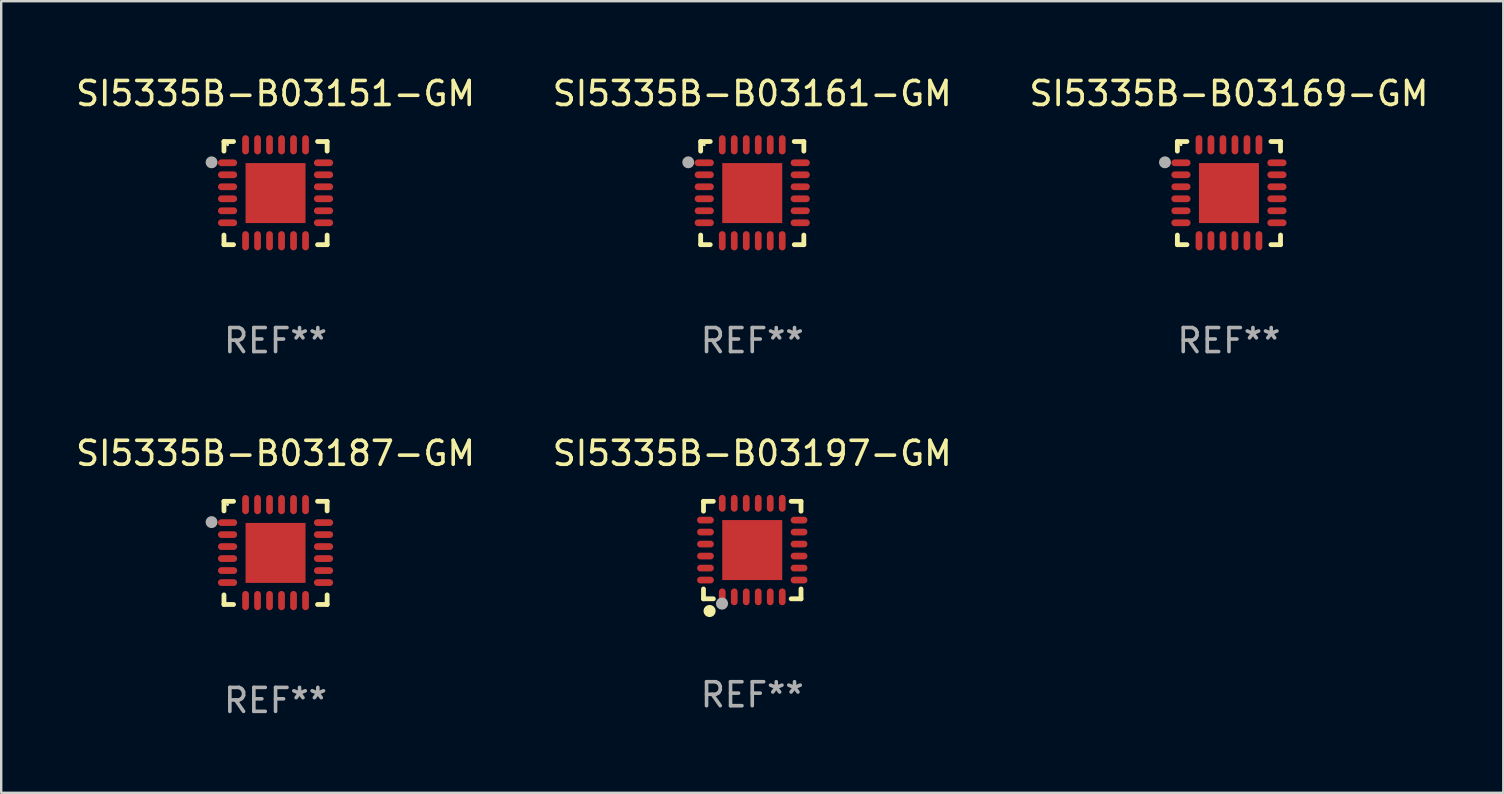
<source format=kicad_pcb>
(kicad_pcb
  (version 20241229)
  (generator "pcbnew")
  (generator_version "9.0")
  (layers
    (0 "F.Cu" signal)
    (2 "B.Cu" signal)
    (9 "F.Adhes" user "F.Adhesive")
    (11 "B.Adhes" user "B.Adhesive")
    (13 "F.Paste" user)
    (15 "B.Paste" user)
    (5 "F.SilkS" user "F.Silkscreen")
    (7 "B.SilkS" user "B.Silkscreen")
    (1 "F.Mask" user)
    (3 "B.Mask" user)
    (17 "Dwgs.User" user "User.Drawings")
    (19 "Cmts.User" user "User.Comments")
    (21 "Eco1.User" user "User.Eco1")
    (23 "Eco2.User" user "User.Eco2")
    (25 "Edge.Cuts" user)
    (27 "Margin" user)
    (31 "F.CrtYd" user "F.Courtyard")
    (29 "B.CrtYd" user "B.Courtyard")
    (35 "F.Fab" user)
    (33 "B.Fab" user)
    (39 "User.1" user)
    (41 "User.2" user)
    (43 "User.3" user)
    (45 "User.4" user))
  (footprint "SI5335B-B03187-GM"
    (layer "F.Cu")
    (at 8.435 19.995)
    (property "Reference" "SI5335B-B03187-GM" (at 0 -4.15 0) (layer "F.SilkS") (effects (font (size 1 1) (thickness 0.15))))
    (attr through_hole)
    (fp_line (start -2.15 -2.15) (end -1.75 -2.15) (stroke (width 0.2) (type solid)) (layer "F.SilkS"))
    (fp_line (start -2.15 -1.75) (end -2.15 -2.15) (stroke (width 0.2) (type solid)) (layer "F.SilkS"))
    (fp_line (start -2.15 2.15) (end -2.15 1.75) (stroke (width 0.2) (type solid)) (layer "F.SilkS"))
    (fp_line (start -1.75 2.15) (end -2.15 2.15) (stroke (width 0.2) (type solid)) (layer "F.SilkS"))
    (fp_line (start 1.75 -2.15) (end 2.15 -2.15) (stroke (width 0.2) (type solid)) (layer "F.SilkS"))
    (fp_line (start 1.75 2.15) (end 2.15 2.15) (stroke (width 0.2) (type solid)) (layer "F.SilkS"))
    (fp_line (start 2.15 -2.15) (end 2.15 -1.75) (stroke (width 0.2) (type solid)) (layer "F.SilkS"))
    (fp_line (start 2.15 2.15) (end 2.15 1.75) (stroke (width 0.2) (type solid)) (layer "F.SilkS"))
    (fp_circle (center -2 -2.013) (end -1.97 -2.013) (stroke (width 0.06) (type solid)) (fill no) (layer "F.SilkS"))
    (fp_circle (center -2.667 -1.283) (end -2.542 -1.283) (stroke (width 0.25) (type solid)) (fill no) (layer "F.Fab"))
    (fp_text user "REF**" (at 0 6.15 0) (layer "F.Fab") (effects (font (size 1 1) (thickness 0.15))))
    (pad "1" smd oval (at -2 -1.263) (size 0.8 0.28) (layers "F.Cu" "F.Mask" "F.Paste"))
    (pad "2" smd oval (at -2 -0.763) (size 0.8 0.28) (layers "F.Cu" "F.Mask" "F.Paste"))
    (pad "3" smd oval (at -2 -0.263) (size 0.8 0.28) (layers "F.Cu" "F.Mask" "F.Paste"))
    (pad "4" smd oval (at -2 0.237) (size 0.8 0.28) (layers "F.Cu" "F.Mask" "F.Paste"))
    (pad "5" smd oval (at -2 0.737) (size 0.8 0.28) (layers "F.Cu" "F.Mask" "F.Paste"))
    (pad "6" smd oval (at -2 1.237) (size 0.8 0.28) (layers "F.Cu" "F.Mask" "F.Paste"))
    (pad "7" smd oval (at -1.25 1.987) (size 0.28 0.8) (layers "F.Cu" "F.Mask" "F.Paste"))
    (pad "8" smd oval (at -0.75 1.987) (size 0.28 0.8) (layers "F.Cu" "F.Mask" "F.Paste"))
    (pad "9" smd oval (at -0.25 1.987) (size 0.28 0.8) (layers "F.Cu" "F.Mask" "F.Paste"))
    (pad "10" smd oval (at 0.25 1.987) (size 0.28 0.8) (layers "F.Cu" "F.Mask" "F.Paste"))
    (pad "11" smd oval (at 0.75 1.987) (size 0.28 0.8) (layers "F.Cu" "F.Mask" "F.Paste"))
    (pad "12" smd oval (at 1.25 1.987) (size 0.28 0.8) (layers "F.Cu" "F.Mask" "F.Paste"))
    (pad "13" smd oval (at 2 1.237) (size 0.8 0.28) (layers "F.Cu" "F.Mask" "F.Paste"))
    (pad "14" smd oval (at 2 0.737) (size 0.8 0.28) (layers "F.Cu" "F.Mask" "F.Paste"))
    (pad "15" smd oval (at 2 0.237) (size 0.8 0.28) (layers "F.Cu" "F.Mask" "F.Paste"))
    (pad "16" smd oval (at 2 -0.263) (size 0.8 0.28) (layers "F.Cu" "F.Mask" "F.Paste"))
    (pad "17" smd oval (at 2 -0.763) (size 0.8 0.28) (layers "F.Cu" "F.Mask" "F.Paste"))
    (pad "18" smd oval (at 2 -1.263) (size 0.8 0.28) (layers "F.Cu" "F.Mask" "F.Paste"))
    (pad "19" smd oval (at 1.25 -2.013) (size 0.28 0.8) (layers "F.Cu" "F.Mask" "F.Paste"))
    (pad "20" smd oval (at 0.75 -2.013) (size 0.28 0.8) (layers "F.Cu" "F.Mask" "F.Paste"))
    (pad "21" smd oval (at 0.25 -2.013) (size 0.28 0.8) (layers "F.Cu" "F.Mask" "F.Paste"))
    (pad "22" smd oval (at -0.25 -2.013) (size 0.28 0.8) (layers "F.Cu" "F.Mask" "F.Paste"))
    (pad "23" smd oval (at -0.75 -2.013) (size 0.28 0.8) (layers "F.Cu" "F.Mask" "F.Paste"))
    (pad "24" smd oval (at -1.25 -2.013) (size 0.28 0.8) (layers "F.Cu" "F.Mask" "F.Paste"))
    (pad "25" smd rect (at -0.000127 -0.00014) (size 2.5 2.5) (layers "F.Cu" "F.Mask" "F.Paste")))
  (footprint "SI5335B-B03151-GM"
    (layer "F.Cu")
    (at 8.435 4.998)
    (property "Reference" "SI5335B-B03151-GM" (at 0 -4.15 0) (layer "F.SilkS") (effects (font (size 1 1) (thickness 0.15))))
    (attr through_hole)
    (fp_line (start -2.15 -2.15) (end -1.75 -2.15) (stroke (width 0.2) (type solid)) (layer "F.SilkS"))
    (fp_line (start -2.15 -1.75) (end -2.15 -2.15) (stroke (width 0.2) (type solid)) (layer "F.SilkS"))
    (fp_line (start -2.15 2.15) (end -2.15 1.75) (stroke (width 0.2) (type solid)) (layer "F.SilkS"))
    (fp_line (start -1.75 2.15) (end -2.15 2.15) (stroke (width 0.2) (type solid)) (layer "F.SilkS"))
    (fp_line (start 1.75 -2.15) (end 2.15 -2.15) (stroke (width 0.2) (type solid)) (layer "F.SilkS"))
    (fp_line (start 1.75 2.15) (end 2.15 2.15) (stroke (width 0.2) (type solid)) (layer "F.SilkS"))
    (fp_line (start 2.15 -2.15) (end 2.15 -1.75) (stroke (width 0.2) (type solid)) (layer "F.SilkS"))
    (fp_line (start 2.15 2.15) (end 2.15 1.75) (stroke (width 0.2) (type solid)) (layer "F.SilkS"))
    (fp_circle (center -2 -2.013) (end -1.97 -2.013) (stroke (width 0.06) (type solid)) (fill no) (layer "F.SilkS"))
    (fp_circle (center -2.667 -1.283) (end -2.542 -1.283) (stroke (width 0.25) (type solid)) (fill no) (layer "F.Fab"))
    (fp_text user "REF**" (at 0 6.15 0) (layer "F.Fab") (effects (font (size 1 1) (thickness 0.15))))
    (pad "1" smd oval (at -2 -1.263) (size 0.8 0.28) (layers "F.Cu" "F.Mask" "F.Paste"))
    (pad "2" smd oval (at -2 -0.763) (size 0.8 0.28) (layers "F.Cu" "F.Mask" "F.Paste"))
    (pad "3" smd oval (at -2 -0.263) (size 0.8 0.28) (layers "F.Cu" "F.Mask" "F.Paste"))
    (pad "4" smd oval (at -2 0.237) (size 0.8 0.28) (layers "F.Cu" "F.Mask" "F.Paste"))
    (pad "5" smd oval (at -2 0.737) (size 0.8 0.28) (layers "F.Cu" "F.Mask" "F.Paste"))
    (pad "6" smd oval (at -2 1.237) (size 0.8 0.28) (layers "F.Cu" "F.Mask" "F.Paste"))
    (pad "7" smd oval (at -1.25 1.987) (size 0.28 0.8) (layers "F.Cu" "F.Mask" "F.Paste"))
    (pad "8" smd oval (at -0.75 1.987) (size 0.28 0.8) (layers "F.Cu" "F.Mask" "F.Paste"))
    (pad "9" smd oval (at -0.25 1.987) (size 0.28 0.8) (layers "F.Cu" "F.Mask" "F.Paste"))
    (pad "10" smd oval (at 0.25 1.987) (size 0.28 0.8) (layers "F.Cu" "F.Mask" "F.Paste"))
    (pad "11" smd oval (at 0.75 1.987) (size 0.28 0.8) (layers "F.Cu" "F.Mask" "F.Paste"))
    (pad "12" smd oval (at 1.25 1.987) (size 0.28 0.8) (layers "F.Cu" "F.Mask" "F.Paste"))
    (pad "13" smd oval (at 2 1.237) (size 0.8 0.28) (layers "F.Cu" "F.Mask" "F.Paste"))
    (pad "14" smd oval (at 2 0.737) (size 0.8 0.28) (layers "F.Cu" "F.Mask" "F.Paste"))
    (pad "15" smd oval (at 2 0.237) (size 0.8 0.28) (layers "F.Cu" "F.Mask" "F.Paste"))
    (pad "16" smd oval (at 2 -0.263) (size 0.8 0.28) (layers "F.Cu" "F.Mask" "F.Paste"))
    (pad "17" smd oval (at 2 -0.763) (size 0.8 0.28) (layers "F.Cu" "F.Mask" "F.Paste"))
    (pad "18" smd oval (at 2 -1.263) (size 0.8 0.28) (layers "F.Cu" "F.Mask" "F.Paste"))
    (pad "19" smd oval (at 1.25 -2.013) (size 0.28 0.8) (layers "F.Cu" "F.Mask" "F.Paste"))
    (pad "20" smd oval (at 0.75 -2.013) (size 0.28 0.8) (layers "F.Cu" "F.Mask" "F.Paste"))
    (pad "21" smd oval (at 0.25 -2.013) (size 0.28 0.8) (layers "F.Cu" "F.Mask" "F.Paste"))
    (pad "22" smd oval (at -0.25 -2.013) (size 0.28 0.8) (layers "F.Cu" "F.Mask" "F.Paste"))
    (pad "23" smd oval (at -0.75 -2.013) (size 0.28 0.8) (layers "F.Cu" "F.Mask" "F.Paste"))
    (pad "24" smd oval (at -1.25 -2.013) (size 0.28 0.8) (layers "F.Cu" "F.Mask" "F.Paste"))
    (pad "25" smd rect (at -0.000127 -0.00014) (size 2.5 2.5) (layers "F.Cu" "F.Mask" "F.Paste")))
  (footprint "SI5335B-B03197-GM"
    (layer "F.Cu")
    (at 28.304 19.877)
    (property "Reference" "SI5335B-B03197-GM" (at 0 -4.032 0) (layer "F.SilkS") (effects (font (size 1 1) (thickness 0.15))))
    (attr through_hole)
    (fp_line (start -2.032 -2.032) (end -1.621 -2.032) (stroke (width 0.2) (type solid)) (layer "F.SilkS"))
    (fp_line (start -2.032 -1.621) (end -2.032 -2.032) (stroke (width 0.2) (type solid)) (layer "F.SilkS"))
    (fp_line (start -2.032 2.032) (end -2.032 1.621) (stroke (width 0.2) (type solid)) (layer "F.SilkS"))
    (fp_line (start -1.621 2.032) (end -2.032 2.032) (stroke (width 0.2) (type solid)) (layer "F.SilkS"))
    (fp_line (start 1.621 -2.032) (end 2.032 -2.032) (stroke (width 0.2) (type solid)) (layer "F.SilkS"))
    (fp_line (start 2.032 -2.032) (end 2.032 -1.621) (stroke (width 0.2) (type solid)) (layer "F.SilkS"))
    (fp_line (start 2.032 1.621) (end 2.032 2.032) (stroke (width 0.2) (type solid)) (layer "F.SilkS"))
    (fp_line (start 2.032 2.032) (end 1.621 2.032) (stroke (width 0.2) (type solid)) (layer "F.SilkS"))
    (fp_circle (center -2 2) (end -1.97 2) (stroke (width 0.06) (type solid)) (fill no) (layer "F.SilkS"))
    (fp_circle (center -1.778 2.54) (end -1.651 2.54) (stroke (width 0.254) (type solid)) (fill no) (layer "F.SilkS"))
    (fp_circle (center -1.26 2.23) (end -1.133 2.23) (stroke (width 0.254) (type solid)) (fill no) (layer "F.Fab"))
    (fp_text user "REF**" (at 0 6.032 0) (layer "F.Fab") (effects (font (size 1 1) (thickness 0.15))))
    (pad "1" smd oval (at -1.25 1.95 180) (size 0.28 0.7) (layers "F.Cu" "F.Mask" "F.Paste"))
    (pad "2" smd oval (at -0.75 1.95 180) (size 0.28 0.7) (layers "F.Cu" "F.Mask" "F.Paste"))
    (pad "3" smd oval (at -0.25 1.95 180) (size 0.28 0.7) (layers "F.Cu" "F.Mask" "F.Paste"))
    (pad "4" smd oval (at 0.25 1.95 180) (size 0.28 0.7) (layers "F.Cu" "F.Mask" "F.Paste"))
    (pad "5" smd oval (at 0.75 1.95 180) (size 0.28 0.7) (layers "F.Cu" "F.Mask" "F.Paste"))
    (pad "6" smd oval (at 1.25 1.95 180) (size 0.28 0.7) (layers "F.Cu" "F.Mask" "F.Paste"))
    (pad "7" smd oval (at 1.95 1.25 270) (size 0.28 0.7) (layers "F.Cu" "F.Mask" "F.Paste"))
    (pad "8" smd oval (at 1.95 0.75 270) (size 0.28 0.7) (layers "F.Cu" "F.Mask" "F.Paste"))
    (pad "9" smd oval (at 1.95 0.25 270) (size 0.28 0.7) (layers "F.Cu" "F.Mask" "F.Paste"))
    (pad "10" smd oval (at 1.95 -0.25 270) (size 0.28 0.7) (layers "F.Cu" "F.Mask" "F.Paste"))
    (pad "11" smd oval (at 1.95 -0.75 270) (size 0.28 0.7) (layers "F.Cu" "F.Mask" "F.Paste"))
    (pad "12" smd oval (at 1.95 -1.25 270) (size 0.28 0.7) (layers "F.Cu" "F.Mask" "F.Paste"))
    (pad "13" smd oval (at 1.25 -1.95) (size 0.28 0.7) (layers "F.Cu" "F.Mask" "F.Paste"))
    (pad "14" smd oval (at 0.75 -1.95) (size 0.28 0.7) (layers "F.Cu" "F.Mask" "F.Paste"))
    (pad "15" smd oval (at 0.25 -1.95) (size 0.28 0.7) (layers "F.Cu" "F.Mask" "F.Paste"))
    (pad "16" smd oval (at -0.25 -1.95) (size 0.28 0.7) (layers "F.Cu" "F.Mask" "F.Paste"))
    (pad "17" smd oval (at -0.75 -1.95) (size 0.28 0.7) (layers "F.Cu" "F.Mask" "F.Paste"))
    (pad "18" smd oval (at -1.25 -1.95) (size 0.28 0.7) (layers "F.Cu" "F.Mask" "F.Paste"))
    (pad "19" smd oval (at -1.95 -1.25 90) (size 0.28 0.7) (layers "F.Cu" "F.Mask" "F.Paste"))
    (pad "20" smd oval (at -1.95 -0.75 90) (size 0.28 0.7) (layers "F.Cu" "F.Mask" "F.Paste"))
    (pad "21" smd oval (at -1.95 -0.25 90) (size 0.28 0.7) (layers "F.Cu" "F.Mask" "F.Paste"))
    (pad "22" smd oval (at -1.95 0.25 90) (size 0.28 0.7) (layers "F.Cu" "F.Mask" "F.Paste"))
    (pad "23" smd oval (at -1.95 0.75 90) (size 0.28 0.7) (layers "F.Cu" "F.Mask" "F.Paste"))
    (pad "24" smd oval (at -1.95 1.25 90) (size 0.28 0.7) (layers "F.Cu" "F.Mask" "F.Paste"))
    (pad "25" smd rect (at -0.000178 0.000025 90) (size 2.5 2.5) (layers "F.Cu" "F.Mask" "F.Paste")))
  (footprint "SI5335B-B03169-GM"
    (layer "F.Cu")
    (at 48.173 4.998)
    (property "Reference" "SI5335B-B03169-GM" (at 0 -4.15 0) (layer "F.SilkS") (effects (font (size 1 1) (thickness 0.15))))
    (attr through_hole)
    (fp_line (start -2.15 -2.15) (end -1.75 -2.15) (stroke (width 0.2) (type solid)) (layer "F.SilkS"))
    (fp_line (start -2.15 -1.75) (end -2.15 -2.15) (stroke (width 0.2) (type solid)) (layer "F.SilkS"))
    (fp_line (start -2.15 2.15) (end -2.15 1.75) (stroke (width 0.2) (type solid)) (layer "F.SilkS"))
    (fp_line (start -1.75 2.15) (end -2.15 2.15) (stroke (width 0.2) (type solid)) (layer "F.SilkS"))
    (fp_line (start 1.75 -2.15) (end 2.15 -2.15) (stroke (width 0.2) (type solid)) (layer "F.SilkS"))
    (fp_line (start 1.75 2.15) (end 2.15 2.15) (stroke (width 0.2) (type solid)) (layer "F.SilkS"))
    (fp_line (start 2.15 -2.15) (end 2.15 -1.75) (stroke (width 0.2) (type solid)) (layer "F.SilkS"))
    (fp_line (start 2.15 2.15) (end 2.15 1.75) (stroke (width 0.2) (type solid)) (layer "F.SilkS"))
    (fp_circle (center -2 -2.013) (end -1.97 -2.013) (stroke (width 0.06) (type solid)) (fill no) (layer "F.SilkS"))
    (fp_circle (center -2.667 -1.283) (end -2.542 -1.283) (stroke (width 0.25) (type solid)) (fill no) (layer "F.Fab"))
    (fp_text user "REF**" (at 0 6.15 0) (layer "F.Fab") (effects (font (size 1 1) (thickness 0.15))))
    (pad "1" smd oval (at -2 -1.263) (size 0.8 0.28) (layers "F.Cu" "F.Mask" "F.Paste"))
    (pad "2" smd oval (at -2 -0.763) (size 0.8 0.28) (layers "F.Cu" "F.Mask" "F.Paste"))
    (pad "3" smd oval (at -2 -0.263) (size 0.8 0.28) (layers "F.Cu" "F.Mask" "F.Paste"))
    (pad "4" smd oval (at -2 0.237) (size 0.8 0.28) (layers "F.Cu" "F.Mask" "F.Paste"))
    (pad "5" smd oval (at -2 0.737) (size 0.8 0.28) (layers "F.Cu" "F.Mask" "F.Paste"))
    (pad "6" smd oval (at -2 1.237) (size 0.8 0.28) (layers "F.Cu" "F.Mask" "F.Paste"))
    (pad "7" smd oval (at -1.25 1.987) (size 0.28 0.8) (layers "F.Cu" "F.Mask" "F.Paste"))
    (pad "8" smd oval (at -0.75 1.987) (size 0.28 0.8) (layers "F.Cu" "F.Mask" "F.Paste"))
    (pad "9" smd oval (at -0.25 1.987) (size 0.28 0.8) (layers "F.Cu" "F.Mask" "F.Paste"))
    (pad "10" smd oval (at 0.25 1.987) (size 0.28 0.8) (layers "F.Cu" "F.Mask" "F.Paste"))
    (pad "11" smd oval (at 0.75 1.987) (size 0.28 0.8) (layers "F.Cu" "F.Mask" "F.Paste"))
    (pad "12" smd oval (at 1.25 1.987) (size 0.28 0.8) (layers "F.Cu" "F.Mask" "F.Paste"))
    (pad "13" smd oval (at 2 1.237) (size 0.8 0.28) (layers "F.Cu" "F.Mask" "F.Paste"))
    (pad "14" smd oval (at 2 0.737) (size 0.8 0.28) (layers "F.Cu" "F.Mask" "F.Paste"))
    (pad "15" smd oval (at 2 0.237) (size 0.8 0.28) (layers "F.Cu" "F.Mask" "F.Paste"))
    (pad "16" smd oval (at 2 -0.263) (size 0.8 0.28) (layers "F.Cu" "F.Mask" "F.Paste"))
    (pad "17" smd oval (at 2 -0.763) (size 0.8 0.28) (layers "F.Cu" "F.Mask" "F.Paste"))
    (pad "18" smd oval (at 2 -1.263) (size 0.8 0.28) (layers "F.Cu" "F.Mask" "F.Paste"))
    (pad "19" smd oval (at 1.25 -2.013) (size 0.28 0.8) (layers "F.Cu" "F.Mask" "F.Paste"))
    (pad "20" smd oval (at 0.75 -2.013) (size 0.28 0.8) (layers "F.Cu" "F.Mask" "F.Paste"))
    (pad "21" smd oval (at 0.25 -2.013) (size 0.28 0.8) (layers "F.Cu" "F.Mask" "F.Paste"))
    (pad "22" smd oval (at -0.25 -2.013) (size 0.28 0.8) (layers "F.Cu" "F.Mask" "F.Paste"))
    (pad "23" smd oval (at -0.75 -2.013) (size 0.28 0.8) (layers "F.Cu" "F.Mask" "F.Paste"))
    (pad "24" smd oval (at -1.25 -2.013) (size 0.28 0.8) (layers "F.Cu" "F.Mask" "F.Paste"))
    (pad "25" smd rect (at -0.000127 -0.00014) (size 2.5 2.5) (layers "F.Cu" "F.Mask" "F.Paste")))
  (footprint "SI5335B-B03161-GM"
    (layer "F.Cu")
    (at 28.304 4.998)
    (property "Reference" "SI5335B-B03161-GM" (at 0 -4.15 0) (layer "F.SilkS") (effects (font (size 1 1) (thickness 0.15))))
    (attr through_hole)
    (fp_line (start -2.15 -2.15) (end -1.75 -2.15) (stroke (width 0.2) (type solid)) (layer "F.SilkS"))
    (fp_line (start -2.15 -1.75) (end -2.15 -2.15) (stroke (width 0.2) (type solid)) (layer "F.SilkS"))
    (fp_line (start -2.15 2.15) (end -2.15 1.75) (stroke (width 0.2) (type solid)) (layer "F.SilkS"))
    (fp_line (start -1.75 2.15) (end -2.15 2.15) (stroke (width 0.2) (type solid)) (layer "F.SilkS"))
    (fp_line (start 1.75 -2.15) (end 2.15 -2.15) (stroke (width 0.2) (type solid)) (layer "F.SilkS"))
    (fp_line (start 1.75 2.15) (end 2.15 2.15) (stroke (width 0.2) (type solid)) (layer "F.SilkS"))
    (fp_line (start 2.15 -2.15) (end 2.15 -1.75) (stroke (width 0.2) (type solid)) (layer "F.SilkS"))
    (fp_line (start 2.15 2.15) (end 2.15 1.75) (stroke (width 0.2) (type solid)) (layer "F.SilkS"))
    (fp_circle (center -2 -2.013) (end -1.97 -2.013) (stroke (width 0.06) (type solid)) (fill no) (layer "F.SilkS"))
    (fp_circle (center -2.667 -1.283) (end -2.542 -1.283) (stroke (width 0.25) (type solid)) (fill no) (layer "F.Fab"))
    (fp_text user "REF**" (at 0 6.15 0) (layer "F.Fab") (effects (font (size 1 1) (thickness 0.15))))
    (pad "1" smd oval (at -2 -1.263) (size 0.8 0.28) (layers "F.Cu" "F.Mask" "F.Paste"))
    (pad "2" smd oval (at -2 -0.763) (size 0.8 0.28) (layers "F.Cu" "F.Mask" "F.Paste"))
    (pad "3" smd oval (at -2 -0.263) (size 0.8 0.28) (layers "F.Cu" "F.Mask" "F.Paste"))
    (pad "4" smd oval (at -2 0.237) (size 0.8 0.28) (layers "F.Cu" "F.Mask" "F.Paste"))
    (pad "5" smd oval (at -2 0.737) (size 0.8 0.28) (layers "F.Cu" "F.Mask" "F.Paste"))
    (pad "6" smd oval (at -2 1.237) (size 0.8 0.28) (layers "F.Cu" "F.Mask" "F.Paste"))
    (pad "7" smd oval (at -1.25 1.987) (size 0.28 0.8) (layers "F.Cu" "F.Mask" "F.Paste"))
    (pad "8" smd oval (at -0.75 1.987) (size 0.28 0.8) (layers "F.Cu" "F.Mask" "F.Paste"))
    (pad "9" smd oval (at -0.25 1.987) (size 0.28 0.8) (layers "F.Cu" "F.Mask" "F.Paste"))
    (pad "10" smd oval (at 0.25 1.987) (size 0.28 0.8) (layers "F.Cu" "F.Mask" "F.Paste"))
    (pad "11" smd oval (at 0.75 1.987) (size 0.28 0.8) (layers "F.Cu" "F.Mask" "F.Paste"))
    (pad "12" smd oval (at 1.25 1.987) (size 0.28 0.8) (layers "F.Cu" "F.Mask" "F.Paste"))
    (pad "13" smd oval (at 2 1.237) (size 0.8 0.28) (layers "F.Cu" "F.Mask" "F.Paste"))
    (pad "14" smd oval (at 2 0.737) (size 0.8 0.28) (layers "F.Cu" "F.Mask" "F.Paste"))
    (pad "15" smd oval (at 2 0.237) (size 0.8 0.28) (layers "F.Cu" "F.Mask" "F.Paste"))
    (pad "16" smd oval (at 2 -0.263) (size 0.8 0.28) (layers "F.Cu" "F.Mask" "F.Paste"))
    (pad "17" smd oval (at 2 -0.763) (size 0.8 0.28) (layers "F.Cu" "F.Mask" "F.Paste"))
    (pad "18" smd oval (at 2 -1.263) (size 0.8 0.28) (layers "F.Cu" "F.Mask" "F.Paste"))
    (pad "19" smd oval (at 1.25 -2.013) (size 0.28 0.8) (layers "F.Cu" "F.Mask" "F.Paste"))
    (pad "20" smd oval (at 0.75 -2.013) (size 0.28 0.8) (layers "F.Cu" "F.Mask" "F.Paste"))
    (pad "21" smd oval (at 0.25 -2.013) (size 0.28 0.8) (layers "F.Cu" "F.Mask" "F.Paste"))
    (pad "22" smd oval (at -0.25 -2.013) (size 0.28 0.8) (layers "F.Cu" "F.Mask" "F.Paste"))
    (pad "23" smd oval (at -0.75 -2.013) (size 0.28 0.8) (layers "F.Cu" "F.Mask" "F.Paste"))
    (pad "24" smd oval (at -1.25 -2.013) (size 0.28 0.8) (layers "F.Cu" "F.Mask" "F.Paste"))
    (pad "25" smd rect (at -0.000127 -0.00014) (size 2.5 2.5) (layers "F.Cu" "F.Mask" "F.Paste")))
  (gr_rect
    (start -3 -3)
    (end 59.607 29.993)
    (stroke (width 0.1) (type default))
    (fill no)
    (layer "Edge.Cuts")))
</source>
